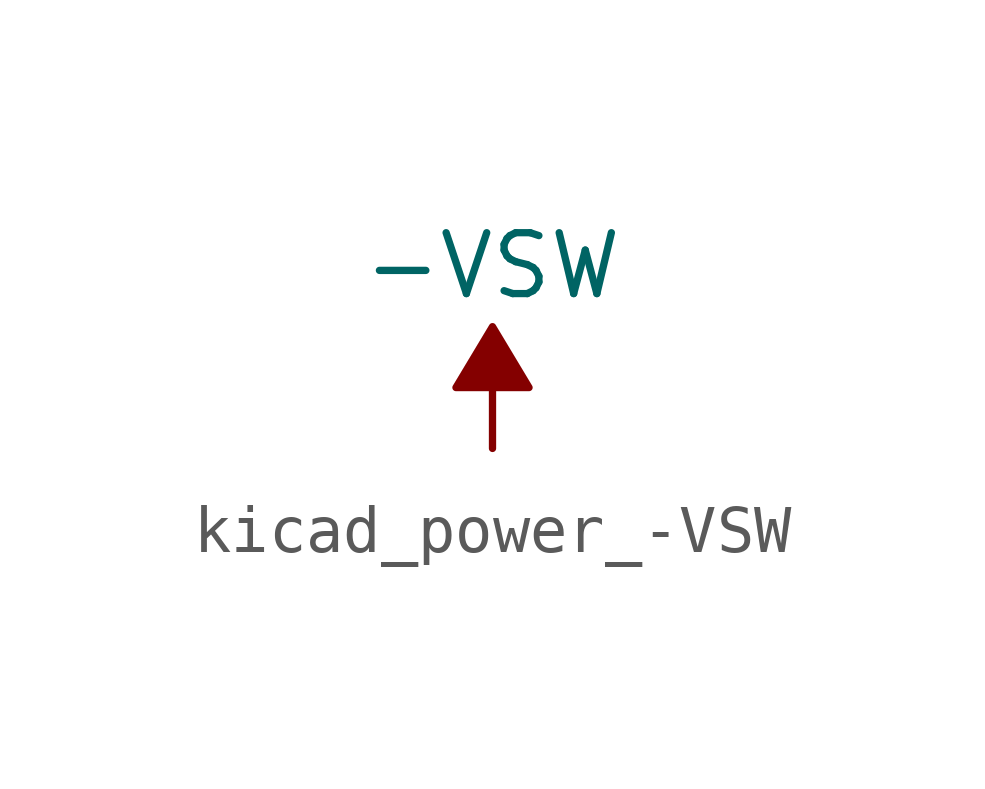
<source format=kicad_sym>
(kicad_symbol_lib
  (version 20220914)
  (generator kicad_symbol_editor)
  (symbol "kicad_power_-VSW"
    (power)
    (pin_names
      (offset 0))
    (property "Reference" "#PWR"
      (at 0 2.54 0)
      (effects (font (size 1.27 1.27)) hide))
    (property "Value" "-VSW"
      (at 0 3.81 0)
      (effects (font (size 1.27 1.27))))
    (symbol "kicad_power_-VSW_0_0"
      (pin power_in line (at 0 0 90) (length 0) hide (name "-VSW" (effects (font (size 1.27 1.27)))) (number "1" (effects (font (size 1.27 1.27))))))
    (symbol "kicad_power_-VSW_0_1"
      (polyline (pts (xy 0 0) (xy 0 1.27) (xy 0.762 1.27) (xy 0 2.54) (xy -0.762 1.27) (xy 0 1.27)) (stroke (width 0) (type default)) (fill (type outline))))))
</source>
